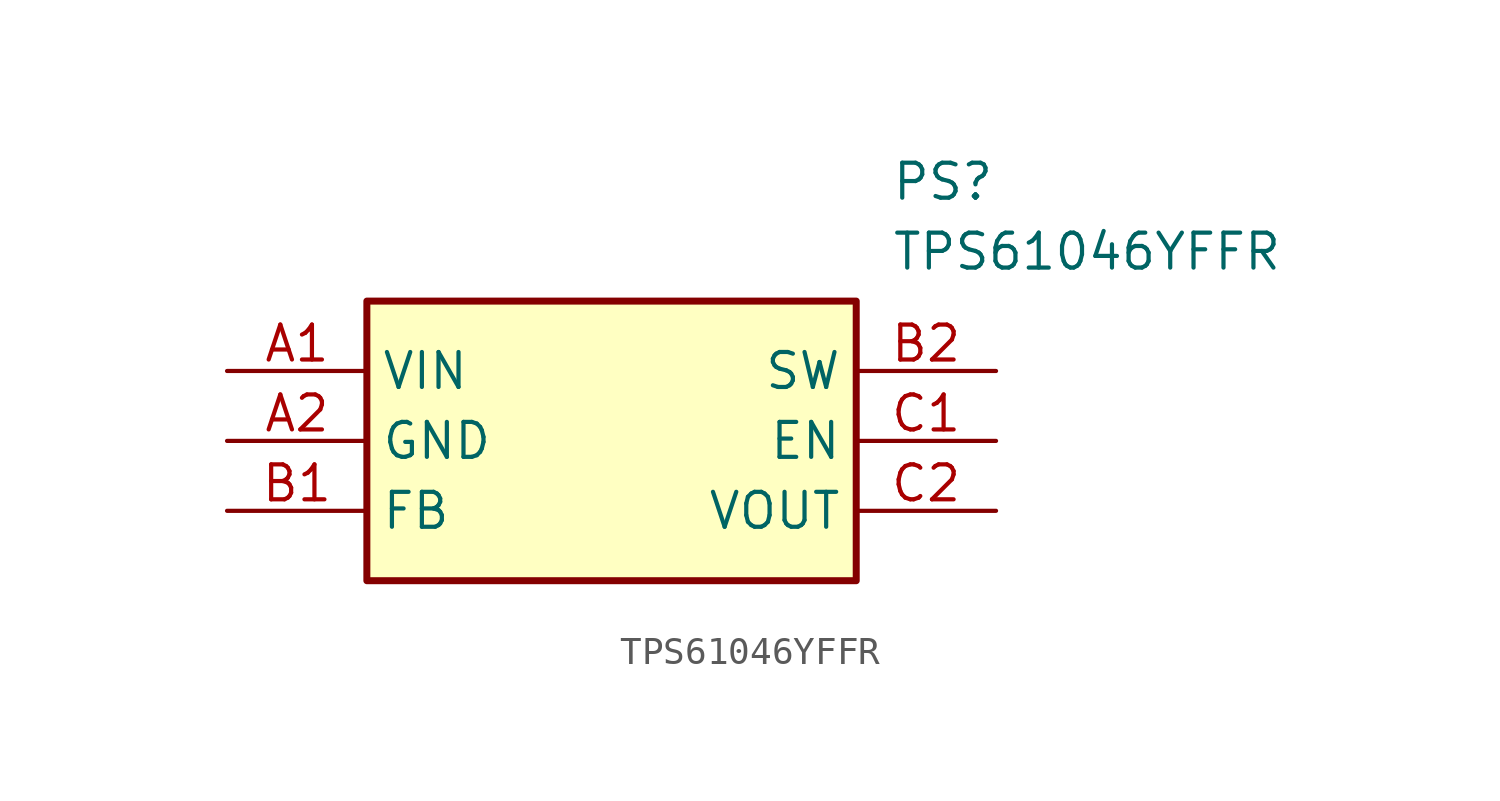
<source format=kicad_sym>
(kicad_symbol_lib
  (version 20211014)
  (generator SamacSys_ECAD_Model)
  (symbol "TPS61046YFFR"
    (property "Reference" "PS"
      (at 24.13 7.62 0)
      (effects (font (size 1.27 1.27)) (justify left top)))
    (property "Value" "TPS61046YFFR"
      (at 24.13 5.08 0)
      (effects (font (size 1.27 1.27)) (justify left top)))
    (rectangle
      (start 5.08 2.54)
      (end 22.86 -7.62)
      (stroke (width 0.254) (type default))
      (fill (type background)))
    (pin power_in line
      (at 0 0 0)
      (length 5.08)
      (name "VIN" (effects (font (size 1.27 1.27))))
      (number "A1" (effects (font (size 1.27 1.27)))))
    (pin power_in line
      (at 0 -2.54 0)
      (length 5.08)
      (name "GND" (effects (font (size 1.27 1.27))))
      (number "A2" (effects (font (size 1.27 1.27)))))
    (pin input line
      (at 0 -5.08 0)
      (length 5.08)
      (name "FB" (effects (font (size 1.27 1.27))))
      (number "B1" (effects (font (size 1.27 1.27)))))
    (pin bidirectional line
      (at 27.94 0 180)
      (length 5.08)
      (name "SW" (effects (font (size 1.27 1.27))))
      (number "B2" (effects (font (size 1.27 1.27)))))
    (pin input line
      (at 27.94 -2.54 180)
      (length 5.08)
      (name "EN" (effects (font (size 1.27 1.27))))
      (number "C1" (effects (font (size 1.27 1.27)))))
    (pin power_in line
      (at 27.94 -5.08 180)
      (length 5.08)
      (name "VOUT" (effects (font (size 1.27 1.27))))
      (number "C2" (effects (font (size 1.27 1.27)))))))
</source>
